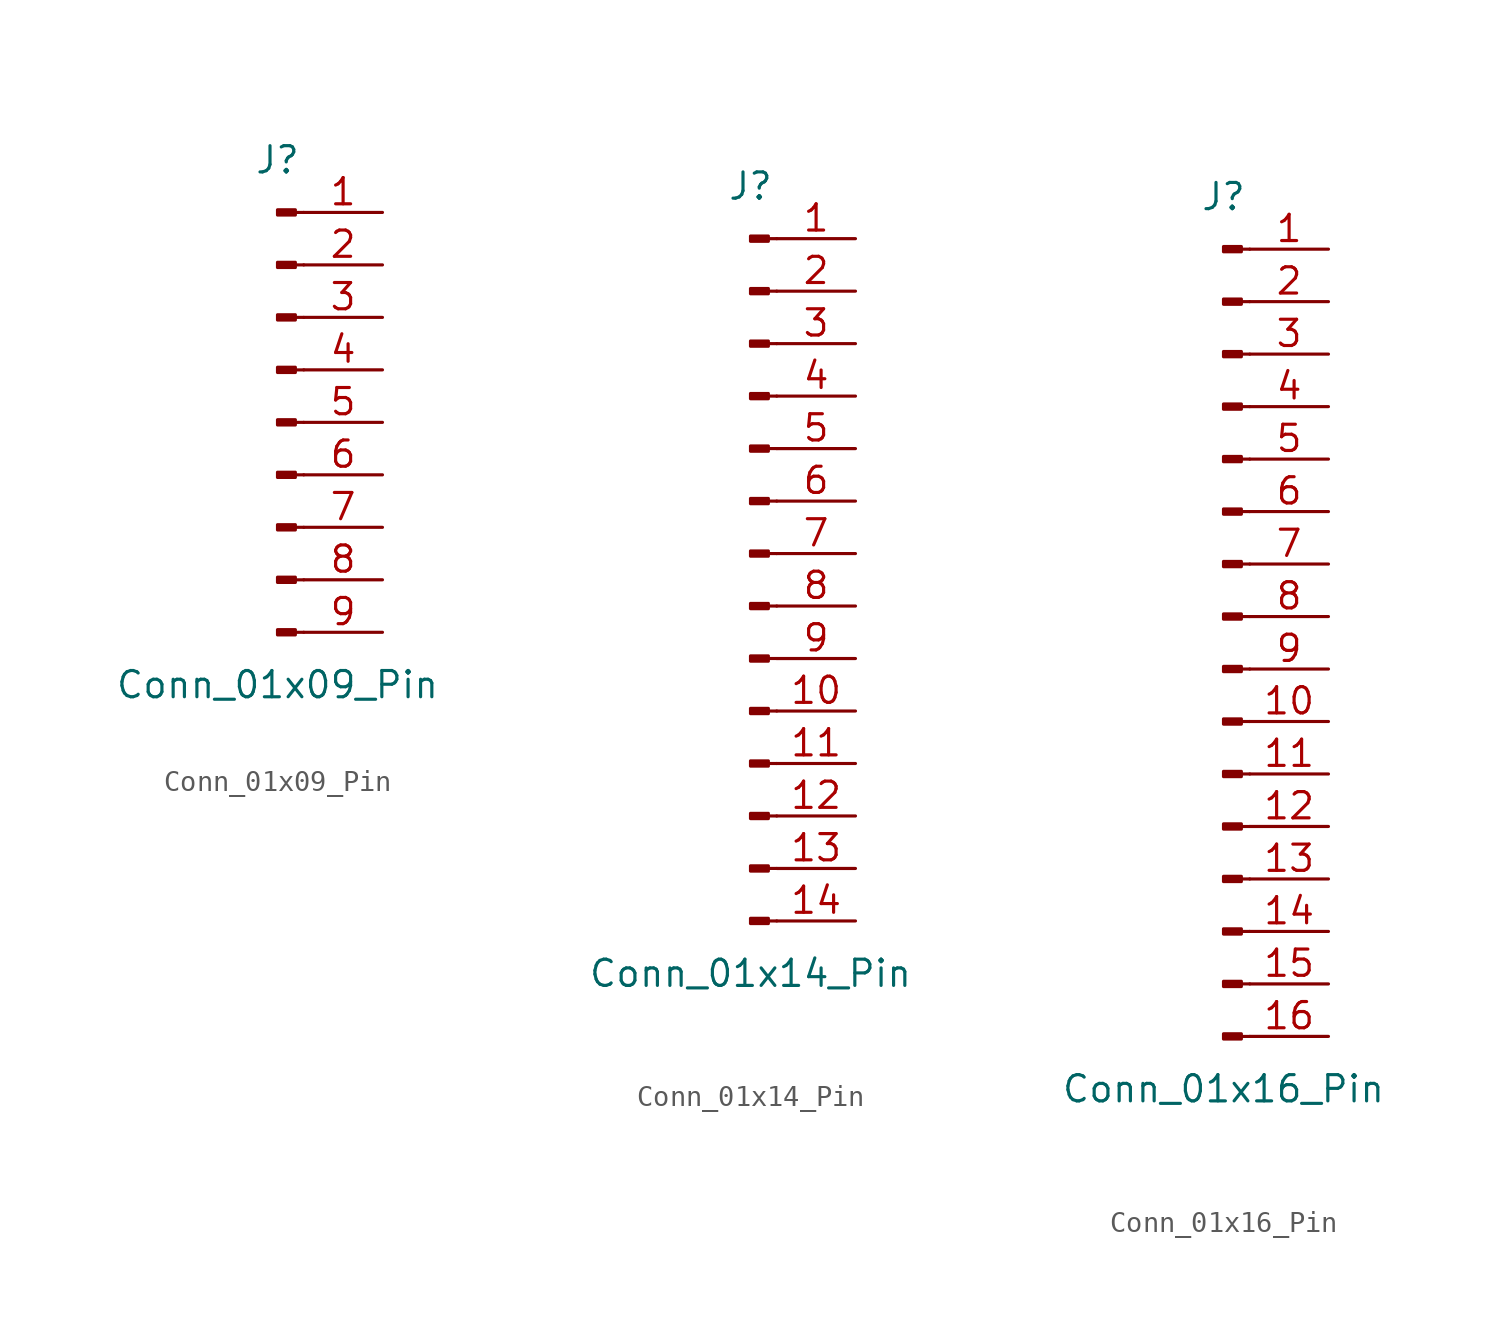
<source format=kicad_sym>
(kicad_symbol_lib
  (version 20220914)
  (generator kicad_symbol_editor)
  (symbol "Conn_01x09_Pin"
    (pin_names
      (offset 1.016) hide)
    (property "Reference" "J"
      (at 0 12.7 0)
      (effects (font (size 1.27 1.27))))
    (property "Value" "Conn_01x09_Pin"
      (at 0 -12.7 0)
      (effects (font (size 1.27 1.27))))
    (property "ki_locked" ""
      (at 0 0 0)
      (effects (font (size 1.27 1.27))))
    (symbol "Conn_01x09_Pin_1_1"
      (polyline (pts (xy 1.27 -10.16) (xy 0.864 -10.16)) (stroke (width 0.152) (type default)) (fill (type none)))
      (polyline (pts (xy 1.27 -7.62) (xy 0.864 -7.62)) (stroke (width 0.152) (type default)) (fill (type none)))
      (polyline (pts (xy 1.27 -5.08) (xy 0.864 -5.08)) (stroke (width 0.152) (type default)) (fill (type none)))
      (polyline (pts (xy 1.27 -2.54) (xy 0.864 -2.54)) (stroke (width 0.152) (type default)) (fill (type none)))
      (polyline (pts (xy 1.27 0) (xy 0.864 0)) (stroke (width 0.152) (type default)) (fill (type none)))
      (polyline (pts (xy 1.27 2.54) (xy 0.864 2.54)) (stroke (width 0.152) (type default)) (fill (type none)))
      (polyline (pts (xy 1.27 5.08) (xy 0.864 5.08)) (stroke (width 0.152) (type default)) (fill (type none)))
      (polyline (pts (xy 1.27 7.62) (xy 0.864 7.62)) (stroke (width 0.152) (type default)) (fill (type none)))
      (polyline (pts (xy 1.27 10.16) (xy 0.864 10.16)) (stroke (width 0.152) (type default)) (fill (type none)))
      (rectangle (start 0.864 -10.033) (end 0 -10.287) (stroke (width 0.152) (type default)) (fill (type outline)))
      (rectangle (start 0.864 -7.493) (end 0 -7.747) (stroke (width 0.152) (type default)) (fill (type outline)))
      (rectangle (start 0.864 -4.953) (end 0 -5.207) (stroke (width 0.152) (type default)) (fill (type outline)))
      (rectangle (start 0.864 -2.413) (end 0 -2.667) (stroke (width 0.152) (type default)) (fill (type outline)))
      (rectangle (start 0.864 0.127) (end 0 -0.127) (stroke (width 0.152) (type default)) (fill (type outline)))
      (rectangle (start 0.864 2.667) (end 0 2.413) (stroke (width 0.152) (type default)) (fill (type outline)))
      (rectangle (start 0.864 5.207) (end 0 4.953) (stroke (width 0.152) (type default)) (fill (type outline)))
      (rectangle (start 0.864 7.747) (end 0 7.493) (stroke (width 0.152) (type default)) (fill (type outline)))
      (rectangle (start 0.864 10.287) (end 0 10.033) (stroke (width 0.152) (type default)) (fill (type outline)))
      (pin passive line (at 5.08 10.16 180) (length 3.81) (name "Pin_1" (effects (font (size 1.27 1.27)))) (number "1" (effects (font (size 1.27 1.27)))))
      (pin passive line (at 5.08 7.62 180) (length 3.81) (name "Pin_2" (effects (font (size 1.27 1.27)))) (number "2" (effects (font (size 1.27 1.27)))))
      (pin passive line (at 5.08 5.08 180) (length 3.81) (name "Pin_3" (effects (font (size 1.27 1.27)))) (number "3" (effects (font (size 1.27 1.27)))))
      (pin passive line (at 5.08 2.54 180) (length 3.81) (name "Pin_4" (effects (font (size 1.27 1.27)))) (number "4" (effects (font (size 1.27 1.27)))))
      (pin passive line (at 5.08 0 180) (length 3.81) (name "Pin_5" (effects (font (size 1.27 1.27)))) (number "5" (effects (font (size 1.27 1.27)))))
      (pin passive line (at 5.08 -2.54 180) (length 3.81) (name "Pin_6" (effects (font (size 1.27 1.27)))) (number "6" (effects (font (size 1.27 1.27)))))
      (pin passive line (at 5.08 -5.08 180) (length 3.81) (name "Pin_7" (effects (font (size 1.27 1.27)))) (number "7" (effects (font (size 1.27 1.27)))))
      (pin passive line (at 5.08 -7.62 180) (length 3.81) (name "Pin_8" (effects (font (size 1.27 1.27)))) (number "8" (effects (font (size 1.27 1.27)))))
      (pin passive line (at 5.08 -10.16 180) (length 3.81) (name "Pin_9" (effects (font (size 1.27 1.27)))) (number "9" (effects (font (size 1.27 1.27)))))))
  (symbol "Conn_01x14_Pin"
    (pin_names
      (offset 1.016) hide)
    (property "Reference" "J"
      (at 0 17.78 0)
      (effects (font (size 1.27 1.27))))
    (property "Value" "Conn_01x14_Pin"
      (at 0 -20.32 0)
      (effects (font (size 1.27 1.27))))
    (property "ki_locked" ""
      (at 0 0 0)
      (effects (font (size 1.27 1.27))))
    (symbol "Conn_01x14_Pin_1_1"
      (polyline (pts (xy 1.27 -17.78) (xy 0.864 -17.78)) (stroke (width 0.152) (type default)) (fill (type none)))
      (polyline (pts (xy 1.27 -15.24) (xy 0.864 -15.24)) (stroke (width 0.152) (type default)) (fill (type none)))
      (polyline (pts (xy 1.27 -12.7) (xy 0.864 -12.7)) (stroke (width 0.152) (type default)) (fill (type none)))
      (polyline (pts (xy 1.27 -10.16) (xy 0.864 -10.16)) (stroke (width 0.152) (type default)) (fill (type none)))
      (polyline (pts (xy 1.27 -7.62) (xy 0.864 -7.62)) (stroke (width 0.152) (type default)) (fill (type none)))
      (polyline (pts (xy 1.27 -5.08) (xy 0.864 -5.08)) (stroke (width 0.152) (type default)) (fill (type none)))
      (polyline (pts (xy 1.27 -2.54) (xy 0.864 -2.54)) (stroke (width 0.152) (type default)) (fill (type none)))
      (polyline (pts (xy 1.27 0) (xy 0.864 0)) (stroke (width 0.152) (type default)) (fill (type none)))
      (polyline (pts (xy 1.27 2.54) (xy 0.864 2.54)) (stroke (width 0.152) (type default)) (fill (type none)))
      (polyline (pts (xy 1.27 5.08) (xy 0.864 5.08)) (stroke (width 0.152) (type default)) (fill (type none)))
      (polyline (pts (xy 1.27 7.62) (xy 0.864 7.62)) (stroke (width 0.152) (type default)) (fill (type none)))
      (polyline (pts (xy 1.27 10.16) (xy 0.864 10.16)) (stroke (width 0.152) (type default)) (fill (type none)))
      (polyline (pts (xy 1.27 12.7) (xy 0.864 12.7)) (stroke (width 0.152) (type default)) (fill (type none)))
      (polyline (pts (xy 1.27 15.24) (xy 0.864 15.24)) (stroke (width 0.152) (type default)) (fill (type none)))
      (rectangle (start 0.864 -17.653) (end 0 -17.907) (stroke (width 0.152) (type default)) (fill (type outline)))
      (rectangle (start 0.864 -15.113) (end 0 -15.367) (stroke (width 0.152) (type default)) (fill (type outline)))
      (rectangle (start 0.864 -12.573) (end 0 -12.827) (stroke (width 0.152) (type default)) (fill (type outline)))
      (rectangle (start 0.864 -10.033) (end 0 -10.287) (stroke (width 0.152) (type default)) (fill (type outline)))
      (rectangle (start 0.864 -7.493) (end 0 -7.747) (stroke (width 0.152) (type default)) (fill (type outline)))
      (rectangle (start 0.864 -4.953) (end 0 -5.207) (stroke (width 0.152) (type default)) (fill (type outline)))
      (rectangle (start 0.864 -2.413) (end 0 -2.667) (stroke (width 0.152) (type default)) (fill (type outline)))
      (rectangle (start 0.864 0.127) (end 0 -0.127) (stroke (width 0.152) (type default)) (fill (type outline)))
      (rectangle (start 0.864 2.667) (end 0 2.413) (stroke (width 0.152) (type default)) (fill (type outline)))
      (rectangle (start 0.864 5.207) (end 0 4.953) (stroke (width 0.152) (type default)) (fill (type outline)))
      (rectangle (start 0.864 7.747) (end 0 7.493) (stroke (width 0.152) (type default)) (fill (type outline)))
      (rectangle (start 0.864 10.287) (end 0 10.033) (stroke (width 0.152) (type default)) (fill (type outline)))
      (rectangle (start 0.864 12.827) (end 0 12.573) (stroke (width 0.152) (type default)) (fill (type outline)))
      (rectangle (start 0.864 15.367) (end 0 15.113) (stroke (width 0.152) (type default)) (fill (type outline)))
      (pin passive line (at 5.08 15.24 180) (length 3.81) (name "Pin_1" (effects (font (size 1.27 1.27)))) (number "1" (effects (font (size 1.27 1.27)))))
      (pin passive line (at 5.08 -7.62 180) (length 3.81) (name "Pin_10" (effects (font (size 1.27 1.27)))) (number "10" (effects (font (size 1.27 1.27)))))
      (pin passive line (at 5.08 -10.16 180) (length 3.81) (name "Pin_11" (effects (font (size 1.27 1.27)))) (number "11" (effects (font (size 1.27 1.27)))))
      (pin passive line (at 5.08 -12.7 180) (length 3.81) (name "Pin_12" (effects (font (size 1.27 1.27)))) (number "12" (effects (font (size 1.27 1.27)))))
      (pin passive line (at 5.08 -15.24 180) (length 3.81) (name "Pin_13" (effects (font (size 1.27 1.27)))) (number "13" (effects (font (size 1.27 1.27)))))
      (pin passive line (at 5.08 -17.78 180) (length 3.81) (name "Pin_14" (effects (font (size 1.27 1.27)))) (number "14" (effects (font (size 1.27 1.27)))))
      (pin passive line (at 5.08 12.7 180) (length 3.81) (name "Pin_2" (effects (font (size 1.27 1.27)))) (number "2" (effects (font (size 1.27 1.27)))))
      (pin passive line (at 5.08 10.16 180) (length 3.81) (name "Pin_3" (effects (font (size 1.27 1.27)))) (number "3" (effects (font (size 1.27 1.27)))))
      (pin passive line (at 5.08 7.62 180) (length 3.81) (name "Pin_4" (effects (font (size 1.27 1.27)))) (number "4" (effects (font (size 1.27 1.27)))))
      (pin passive line (at 5.08 5.08 180) (length 3.81) (name "Pin_5" (effects (font (size 1.27 1.27)))) (number "5" (effects (font (size 1.27 1.27)))))
      (pin passive line (at 5.08 2.54 180) (length 3.81) (name "Pin_6" (effects (font (size 1.27 1.27)))) (number "6" (effects (font (size 1.27 1.27)))))
      (pin passive line (at 5.08 0 180) (length 3.81) (name "Pin_7" (effects (font (size 1.27 1.27)))) (number "7" (effects (font (size 1.27 1.27)))))
      (pin passive line (at 5.08 -2.54 180) (length 3.81) (name "Pin_8" (effects (font (size 1.27 1.27)))) (number "8" (effects (font (size 1.27 1.27)))))
      (pin passive line (at 5.08 -5.08 180) (length 3.81) (name "Pin_9" (effects (font (size 1.27 1.27)))) (number "9" (effects (font (size 1.27 1.27)))))))
  (symbol "Conn_01x16_Pin"
    (pin_names
      (offset 1.016) hide)
    (property "Reference" "J"
      (at 0 20.32 0)
      (effects (font (size 1.27 1.27))))
    (property "Value" "Conn_01x16_Pin"
      (at 0 -22.86 0)
      (effects (font (size 1.27 1.27))))
    (property "ki_locked" ""
      (at 0 0 0)
      (effects (font (size 1.27 1.27))))
    (symbol "Conn_01x16_Pin_1_1"
      (polyline (pts (xy 1.27 -20.32) (xy 0.864 -20.32)) (stroke (width 0.152) (type default)) (fill (type none)))
      (polyline (pts (xy 1.27 -17.78) (xy 0.864 -17.78)) (stroke (width 0.152) (type default)) (fill (type none)))
      (polyline (pts (xy 1.27 -15.24) (xy 0.864 -15.24)) (stroke (width 0.152) (type default)) (fill (type none)))
      (polyline (pts (xy 1.27 -12.7) (xy 0.864 -12.7)) (stroke (width 0.152) (type default)) (fill (type none)))
      (polyline (pts (xy 1.27 -10.16) (xy 0.864 -10.16)) (stroke (width 0.152) (type default)) (fill (type none)))
      (polyline (pts (xy 1.27 -7.62) (xy 0.864 -7.62)) (stroke (width 0.152) (type default)) (fill (type none)))
      (polyline (pts (xy 1.27 -5.08) (xy 0.864 -5.08)) (stroke (width 0.152) (type default)) (fill (type none)))
      (polyline (pts (xy 1.27 -2.54) (xy 0.864 -2.54)) (stroke (width 0.152) (type default)) (fill (type none)))
      (polyline (pts (xy 1.27 0) (xy 0.864 0)) (stroke (width 0.152) (type default)) (fill (type none)))
      (polyline (pts (xy 1.27 2.54) (xy 0.864 2.54)) (stroke (width 0.152) (type default)) (fill (type none)))
      (polyline (pts (xy 1.27 5.08) (xy 0.864 5.08)) (stroke (width 0.152) (type default)) (fill (type none)))
      (polyline (pts (xy 1.27 7.62) (xy 0.864 7.62)) (stroke (width 0.152) (type default)) (fill (type none)))
      (polyline (pts (xy 1.27 10.16) (xy 0.864 10.16)) (stroke (width 0.152) (type default)) (fill (type none)))
      (polyline (pts (xy 1.27 12.7) (xy 0.864 12.7)) (stroke (width 0.152) (type default)) (fill (type none)))
      (polyline (pts (xy 1.27 15.24) (xy 0.864 15.24)) (stroke (width 0.152) (type default)) (fill (type none)))
      (polyline (pts (xy 1.27 17.78) (xy 0.864 17.78)) (stroke (width 0.152) (type default)) (fill (type none)))
      (rectangle (start 0.864 -20.193) (end 0 -20.447) (stroke (width 0.152) (type default)) (fill (type outline)))
      (rectangle (start 0.864 -17.653) (end 0 -17.907) (stroke (width 0.152) (type default)) (fill (type outline)))
      (rectangle (start 0.864 -15.113) (end 0 -15.367) (stroke (width 0.152) (type default)) (fill (type outline)))
      (rectangle (start 0.864 -12.573) (end 0 -12.827) (stroke (width 0.152) (type default)) (fill (type outline)))
      (rectangle (start 0.864 -10.033) (end 0 -10.287) (stroke (width 0.152) (type default)) (fill (type outline)))
      (rectangle (start 0.864 -7.493) (end 0 -7.747) (stroke (width 0.152) (type default)) (fill (type outline)))
      (rectangle (start 0.864 -4.953) (end 0 -5.207) (stroke (width 0.152) (type default)) (fill (type outline)))
      (rectangle (start 0.864 -2.413) (end 0 -2.667) (stroke (width 0.152) (type default)) (fill (type outline)))
      (rectangle (start 0.864 0.127) (end 0 -0.127) (stroke (width 0.152) (type default)) (fill (type outline)))
      (rectangle (start 0.864 2.667) (end 0 2.413) (stroke (width 0.152) (type default)) (fill (type outline)))
      (rectangle (start 0.864 5.207) (end 0 4.953) (stroke (width 0.152) (type default)) (fill (type outline)))
      (rectangle (start 0.864 7.747) (end 0 7.493) (stroke (width 0.152) (type default)) (fill (type outline)))
      (rectangle (start 0.864 10.287) (end 0 10.033) (stroke (width 0.152) (type default)) (fill (type outline)))
      (rectangle (start 0.864 12.827) (end 0 12.573) (stroke (width 0.152) (type default)) (fill (type outline)))
      (rectangle (start 0.864 15.367) (end 0 15.113) (stroke (width 0.152) (type default)) (fill (type outline)))
      (rectangle (start 0.864 17.907) (end 0 17.653) (stroke (width 0.152) (type default)) (fill (type outline)))
      (pin passive line (at 5.08 17.78 180) (length 3.81) (name "Pin_1" (effects (font (size 1.27 1.27)))) (number "1" (effects (font (size 1.27 1.27)))))
      (pin passive line (at 5.08 -5.08 180) (length 3.81) (name "Pin_10" (effects (font (size 1.27 1.27)))) (number "10" (effects (font (size 1.27 1.27)))))
      (pin passive line (at 5.08 -7.62 180) (length 3.81) (name "Pin_11" (effects (font (size 1.27 1.27)))) (number "11" (effects (font (size 1.27 1.27)))))
      (pin passive line (at 5.08 -10.16 180) (length 3.81) (name "Pin_12" (effects (font (size 1.27 1.27)))) (number "12" (effects (font (size 1.27 1.27)))))
      (pin passive line (at 5.08 -12.7 180) (length 3.81) (name "Pin_13" (effects (font (size 1.27 1.27)))) (number "13" (effects (font (size 1.27 1.27)))))
      (pin passive line (at 5.08 -15.24 180) (length 3.81) (name "Pin_14" (effects (font (size 1.27 1.27)))) (number "14" (effects (font (size 1.27 1.27)))))
      (pin passive line (at 5.08 -17.78 180) (length 3.81) (name "Pin_15" (effects (font (size 1.27 1.27)))) (number "15" (effects (font (size 1.27 1.27)))))
      (pin passive line (at 5.08 -20.32 180) (length 3.81) (name "Pin_16" (effects (font (size 1.27 1.27)))) (number "16" (effects (font (size 1.27 1.27)))))
      (pin passive line (at 5.08 15.24 180) (length 3.81) (name "Pin_2" (effects (font (size 1.27 1.27)))) (number "2" (effects (font (size 1.27 1.27)))))
      (pin passive line (at 5.08 12.7 180) (length 3.81) (name "Pin_3" (effects (font (size 1.27 1.27)))) (number "3" (effects (font (size 1.27 1.27)))))
      (pin passive line (at 5.08 10.16 180) (length 3.81) (name "Pin_4" (effects (font (size 1.27 1.27)))) (number "4" (effects (font (size 1.27 1.27)))))
      (pin passive line (at 5.08 7.62 180) (length 3.81) (name "Pin_5" (effects (font (size 1.27 1.27)))) (number "5" (effects (font (size 1.27 1.27)))))
      (pin passive line (at 5.08 5.08 180) (length 3.81) (name "Pin_6" (effects (font (size 1.27 1.27)))) (number "6" (effects (font (size 1.27 1.27)))))
      (pin passive line (at 5.08 2.54 180) (length 3.81) (name "Pin_7" (effects (font (size 1.27 1.27)))) (number "7" (effects (font (size 1.27 1.27)))))
      (pin passive line (at 5.08 0 180) (length 3.81) (name "Pin_8" (effects (font (size 1.27 1.27)))) (number "8" (effects (font (size 1.27 1.27)))))
      (pin passive line (at 5.08 -2.54 180) (length 3.81) (name "Pin_9" (effects (font (size 1.27 1.27)))) (number "9" (effects (font (size 1.27 1.27))))))))
</source>
